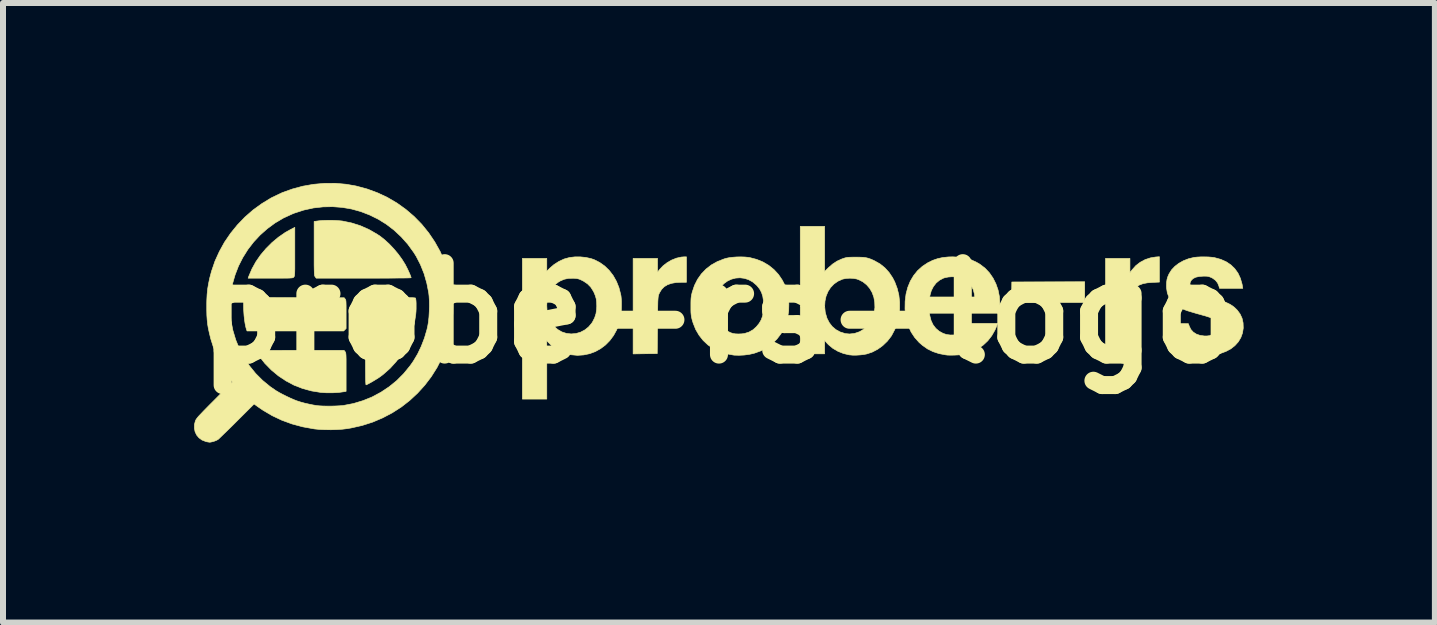
<source format=kicad_pcb>
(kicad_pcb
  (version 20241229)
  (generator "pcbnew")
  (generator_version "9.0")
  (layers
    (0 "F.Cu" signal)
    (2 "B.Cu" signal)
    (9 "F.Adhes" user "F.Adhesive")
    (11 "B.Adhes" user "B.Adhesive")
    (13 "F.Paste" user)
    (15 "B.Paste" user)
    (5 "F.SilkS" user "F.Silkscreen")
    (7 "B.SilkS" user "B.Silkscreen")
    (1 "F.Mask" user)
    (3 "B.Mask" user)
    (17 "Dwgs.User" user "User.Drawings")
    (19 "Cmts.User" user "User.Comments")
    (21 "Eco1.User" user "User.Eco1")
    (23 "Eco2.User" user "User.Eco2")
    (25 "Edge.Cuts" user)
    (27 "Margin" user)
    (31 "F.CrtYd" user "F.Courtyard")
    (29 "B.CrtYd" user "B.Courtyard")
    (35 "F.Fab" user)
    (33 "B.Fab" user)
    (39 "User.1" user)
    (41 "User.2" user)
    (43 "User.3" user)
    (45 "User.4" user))
  (footprint "probe-rs-logo"
    (layer "F.Cu")
    (at 8.934 2.171)
    (property "Reference" "probe-rs-logo" (at 0 0 0) (layer "F.SilkS") (effects (font (size 1.524 1.524) (thickness 0.3))))
    (attr through_hole)
    (fp_poly (pts (xy 6.096 -0.178) (xy 4.876 -0.178) (xy 4.879 -0.349) (xy 4.881 -0.521) (xy 5.489 -0.523) (xy 6.096 -0.525) (xy 6.096 -0.178)) (stroke (width 0.01) (type solid)) (fill yes) (layer "F.SilkS"))
    (fp_poly (pts (xy -7.081 -0.26) (xy -6.247 -0.258) (xy -6.231 -0.238) (xy -6.226 -0.231) (xy -6.222 -0.223) (xy -6.219 -0.21) (xy -6.217 -0.191) (xy -6.216 -0.164) (xy -6.215 -0.128) (xy -6.215 -0.079) (xy -6.215 -0.017) (xy -6.215 0.018) (xy -6.215 0.255) (xy -6.256 0.296) (xy -7.866 0.296) (xy -7.874 0.276) (xy -7.886 0.234) (xy -7.898 0.178) (xy -7.908 0.113) (xy -7.916 0.041) (xy -7.921 -0.033) (xy -7.923 -0.074) (xy -7.924 -0.123) (xy -7.924 -0.168) (xy -7.924 -0.205) (xy -7.923 -0.231) (xy -7.921 -0.241) (xy -7.916 -0.263) (xy -7.081 -0.26)) (stroke (width 0.01) (type solid)) (fill yes) (layer "F.SilkS"))
    (fp_poly (pts (xy 7.341 -0.519) (xy 7.228 -0.514) (xy 7.141 -0.507) (xy 7.068 -0.493) (xy 7.008 -0.471) (xy 6.96 -0.441) (xy 6.921 -0.401) (xy 6.891 -0.351) (xy 6.873 -0.306) (xy 6.869 -0.293) (xy 6.865 -0.281) (xy 6.863 -0.267) (xy 6.86 -0.25) (xy 6.858 -0.229) (xy 6.857 -0.202) (xy 6.855 -0.168) (xy 6.854 -0.125) (xy 6.854 -0.072) (xy 6.853 -0.007) (xy 6.852 0.071) (xy 6.852 0.164) (xy 6.851 0.214) (xy 6.849 0.677) (xy 6.443 0.677) (xy 6.443 -0.914) (xy 6.85 -0.914) (xy 6.85 -0.676) (xy 6.888 -0.726) (xy 6.949 -0.794) (xy 7.022 -0.85) (xy 7.104 -0.894) (xy 7.193 -0.923) (xy 7.278 -0.937) (xy 7.341 -0.942) (xy 7.341 -0.519)) (stroke (width 0.01) (type solid)) (fill yes) (layer "F.SilkS"))
    (fp_poly (pts (xy -0.542 -0.516) (xy -0.623 -0.516) (xy -0.715 -0.512) (xy -0.793 -0.498) (xy -0.859 -0.475) (xy -0.914 -0.441) (xy -0.957 -0.397) (xy -0.991 -0.341) (xy -1.005 -0.309) (xy -1.008 -0.299) (xy -1.011 -0.287) (xy -1.013 -0.272) (xy -1.015 -0.252) (xy -1.017 -0.227) (xy -1.019 -0.194) (xy -1.02 -0.153) (xy -1.021 -0.101) (xy -1.022 -0.038) (xy -1.023 0.039) (xy -1.024 0.129) (xy -1.024 0.203) (xy -1.029 0.673) (xy -1.23 0.675) (xy -1.431 0.678) (xy -1.431 -0.914) (xy -1.024 -0.914) (xy -1.024 -0.684) (xy -0.992 -0.726) (xy -0.933 -0.789) (xy -0.864 -0.843) (xy -0.789 -0.886) (xy -0.709 -0.918) (xy -0.629 -0.936) (xy -0.578 -0.94) (xy -0.542 -0.94) (xy -0.542 -0.516)) (stroke (width 0.01) (type solid)) (fill yes) (layer "F.SilkS"))
    (fp_poly (pts (xy -7.07 -1.026) (xy -7.07 -0.933) (xy -7.07 -0.855) (xy -7.07 -0.791) (xy -7.07 -0.74) (xy -7.071 -0.7) (xy -7.072 -0.669) (xy -7.074 -0.646) (xy -7.075 -0.63) (xy -7.078 -0.619) (xy -7.081 -0.611) (xy -7.084 -0.606) (xy -7.087 -0.603) (xy -7.091 -0.598) (xy -7.096 -0.595) (xy -7.104 -0.592) (xy -7.115 -0.589) (xy -7.132 -0.588) (xy -7.156 -0.586) (xy -7.188 -0.585) (xy -7.23 -0.585) (xy -7.284 -0.584) (xy -7.351 -0.584) (xy -7.432 -0.584) (xy -7.476 -0.584) (xy -7.848 -0.584) (xy -7.836 -0.618) (xy -7.785 -0.738) (xy -7.72 -0.856) (xy -7.641 -0.97) (xy -7.55 -1.078) (xy -7.45 -1.178) (xy -7.342 -1.268) (xy -7.228 -1.347) (xy -7.136 -1.398) (xy -7.07 -1.431) (xy -7.07 -1.026)) (stroke (width 0.01) (type solid)) (fill yes) (layer "F.SilkS"))
    (fp_poly (pts (xy -6.232 0.64) (xy -6.228 0.647) (xy -6.224 0.654) (xy -6.221 0.664) (xy -6.219 0.678) (xy -6.217 0.699) (xy -6.216 0.727) (xy -6.215 0.765) (xy -6.215 0.815) (xy -6.215 0.877) (xy -6.215 0.954) (xy -6.215 0.982) (xy -6.215 1.302) (xy -6.242 1.307) (xy -6.335 1.32) (xy -6.437 1.326) (xy -6.542 1.326) (xy -6.637 1.32) (xy -6.791 1.295) (xy -6.939 1.255) (xy -7.081 1.2) (xy -7.215 1.129) (xy -7.342 1.045) (xy -7.46 0.947) (xy -7.569 0.836) (xy -7.666 0.713) (xy -7.678 0.695) (xy -7.698 0.666) (xy -7.712 0.643) (xy -7.721 0.628) (xy -7.722 0.625) (xy -7.713 0.624) (xy -7.689 0.623) (xy -7.651 0.622) (xy -7.599 0.621) (xy -7.535 0.62) (xy -7.461 0.62) (xy -7.376 0.619) (xy -7.283 0.619) (xy -7.184 0.618) (xy -7.078 0.618) (xy -6.986 0.618) (xy -6.25 0.618) (xy -6.232 0.64)) (stroke (width 0.01) (type solid)) (fill yes) (layer "F.SilkS"))
    (fp_poly (pts (xy -6.386 -1.546) (xy -6.318 -1.541) (xy -6.278 -1.537) (xy -6.124 -1.505) (xy -5.976 -1.458) (xy -5.834 -1.395) (xy -5.697 -1.316) (xy -5.643 -1.28) (xy -5.569 -1.221) (xy -5.492 -1.15) (xy -5.417 -1.07) (xy -5.346 -0.985) (xy -5.283 -0.898) (xy -5.23 -0.813) (xy -5.226 -0.806) (xy -5.21 -0.774) (xy -5.191 -0.737) (xy -5.173 -0.698) (xy -5.156 -0.66) (xy -5.143 -0.628) (xy -5.134 -0.603) (xy -5.131 -0.592) (xy -5.139 -0.591) (xy -5.163 -0.589) (xy -5.203 -0.588) (xy -5.256 -0.587) (xy -5.323 -0.587) (xy -5.402 -0.586) (xy -5.493 -0.585) (xy -5.594 -0.585) (xy -5.704 -0.584) (xy -5.824 -0.584) (xy -5.922 -0.584) (xy -6.713 -0.584) (xy -6.73 -0.607) (xy -6.734 -0.612) (xy -6.737 -0.618) (xy -6.74 -0.626) (xy -6.742 -0.638) (xy -6.744 -0.656) (xy -6.745 -0.679) (xy -6.746 -0.711) (xy -6.747 -0.752) (xy -6.748 -0.803) (xy -6.748 -0.867) (xy -6.748 -0.944) (xy -6.748 -1.036) (xy -6.748 -1.08) (xy -6.748 -1.53) (xy -6.673 -1.54) (xy -6.611 -1.546) (xy -6.539 -1.548) (xy -6.462 -1.549) (xy -6.386 -1.546)) (stroke (width 0.01) (type solid)) (fill yes) (layer "F.SilkS"))
    (fp_poly (pts (xy -5.351 -0.262) (xy -5.269 -0.262) (xy -5.202 -0.261) (xy -5.149 -0.26) (xy -5.109 -0.259) (xy -5.081 -0.257) (xy -5.064 -0.255) (xy -5.058 -0.253) (xy -5.058 -0.253) (xy -5.054 -0.237) (xy -5.05 -0.207) (xy -5.048 -0.168) (xy -5.048 -0.122) (xy -5.048 -0.074) (xy -5.05 -0.026) (xy -5.054 0.018) (xy -5.078 0.175) (xy -5.115 0.323) (xy -5.167 0.463) (xy -5.234 0.596) (xy -5.291 0.687) (xy -5.382 0.808) (xy -5.483 0.919) (xy -5.594 1.017) (xy -5.645 1.056) (xy -5.674 1.076) (xy -5.709 1.098) (xy -5.748 1.122) (xy -5.787 1.145) (xy -5.823 1.165) (xy -5.853 1.181) (xy -5.874 1.191) (xy -5.882 1.194) (xy -5.884 1.191) (xy -5.886 1.181) (xy -5.887 1.164) (xy -5.889 1.138) (xy -5.89 1.103) (xy -5.891 1.058) (xy -5.891 1.001) (xy -5.892 0.933) (xy -5.892 0.851) (xy -5.893 0.755) (xy -5.893 0.644) (xy -5.893 0.518) (xy -5.893 0.492) (xy -5.893 0.384) (xy -5.893 0.281) (xy -5.892 0.184) (xy -5.892 0.094) (xy -5.891 0.013) (xy -5.891 -0.059) (xy -5.89 -0.119) (xy -5.89 -0.167) (xy -5.889 -0.201) (xy -5.888 -0.22) (xy -5.888 -0.224) (xy -5.884 -0.233) (xy -5.878 -0.24) (xy -5.869 -0.246) (xy -5.856 -0.251) (xy -5.837 -0.255) (xy -5.811 -0.257) (xy -5.776 -0.259) (xy -5.73 -0.261) (xy -5.673 -0.262) (xy -5.603 -0.262) (xy -5.519 -0.262) (xy -5.449 -0.262) (xy -5.351 -0.262)) (stroke (width 0.01) (type solid)) (fill yes) (layer "F.SilkS"))
    (fp_poly (pts (xy -2.22 -0.93) (xy -2.134 -0.911) (xy -2.081 -0.893) (xy -1.988 -0.846) (xy -1.904 -0.786) (xy -1.828 -0.712) (xy -1.763 -0.627) (xy -1.709 -0.531) (xy -1.667 -0.426) (xy -1.638 -0.313) (xy -1.633 -0.288) (xy -1.629 -0.248) (xy -1.626 -0.195) (xy -1.626 -0.136) (xy -1.627 -0.075) (xy -1.63 -0.016) (xy -1.634 0.034) (xy -1.638 0.059) (xy -1.665 0.172) (xy -1.705 0.277) (xy -1.757 0.371) (xy -1.82 0.456) (xy -1.892 0.529) (xy -1.973 0.59) (xy -2.061 0.639) (xy -2.155 0.674) (xy -2.255 0.695) (xy -2.359 0.702) (xy -2.466 0.692) (xy -2.523 0.681) (xy -2.599 0.655) (xy -2.676 0.618) (xy -2.75 0.571) (xy -2.814 0.517) (xy -2.838 0.492) (xy -2.87 0.457) (xy -2.87 1.431) (xy -3.277 1.431) (xy -3.277 -0.123) (xy -2.87 -0.123) (xy -2.865 -0.033) (xy -2.848 0.047) (xy -2.82 0.118) (xy -2.778 0.183) (xy -2.748 0.218) (xy -2.687 0.272) (xy -2.618 0.312) (xy -2.543 0.336) (xy -2.463 0.345) (xy -2.383 0.338) (xy -2.307 0.316) (xy -2.237 0.279) (xy -2.174 0.229) (xy -2.122 0.168) (xy -2.106 0.143) (xy -2.072 0.076) (xy -2.05 0.008) (xy -2.039 -0.066) (xy -2.037 -0.118) (xy -2.039 -0.184) (xy -2.046 -0.24) (xy -2.06 -0.29) (xy -2.081 -0.342) (xy -2.093 -0.366) (xy -2.136 -0.434) (xy -2.191 -0.49) (xy -2.258 -0.535) (xy -2.284 -0.548) (xy -2.317 -0.564) (xy -2.345 -0.573) (xy -2.373 -0.579) (xy -2.408 -0.582) (xy -2.431 -0.583) (xy -2.51 -0.581) (xy -2.58 -0.566) (xy -2.644 -0.539) (xy -2.682 -0.516) (xy -2.746 -0.464) (xy -2.796 -0.401) (xy -2.834 -0.327) (xy -2.859 -0.244) (xy -2.87 -0.152) (xy -2.87 -0.123) (xy -3.277 -0.123) (xy -3.277 -0.914) (xy -2.87 -0.914) (xy -2.87 -0.7) (xy -2.819 -0.752) (xy -2.75 -0.811) (xy -2.669 -0.863) (xy -2.583 -0.903) (xy -2.567 -0.908) (xy -2.489 -0.929) (xy -2.402 -0.939) (xy -2.31 -0.939) (xy -2.22 -0.93)) (stroke (width 0.01) (type solid)) (fill yes) (layer "F.SilkS"))
    (fp_poly (pts (xy 4.009 -0.934) (xy 4.112 -0.917) (xy 4.208 -0.889) (xy 4.297 -0.847) (xy 4.354 -0.813) (xy 4.437 -0.749) (xy 4.508 -0.673) (xy 4.568 -0.586) (xy 4.616 -0.49) (xy 4.652 -0.387) (xy 4.674 -0.277) (xy 4.682 -0.162) (xy 4.678 -0.065) (xy 4.672 0) (xy 3.508 0) (xy 3.515 0.044) (xy 3.535 0.122) (xy 3.568 0.192) (xy 3.614 0.252) (xy 3.67 0.3) (xy 3.736 0.336) (xy 3.793 0.355) (xy 3.855 0.363) (xy 3.922 0.362) (xy 3.987 0.353) (xy 4.045 0.335) (xy 4.063 0.327) (xy 4.098 0.303) (xy 4.136 0.27) (xy 4.169 0.233) (xy 4.188 0.206) (xy 4.21 0.169) (xy 4.642 0.169) (xy 4.636 0.193) (xy 4.63 0.211) (xy 4.618 0.24) (xy 4.604 0.272) (xy 4.601 0.279) (xy 4.547 0.374) (xy 4.48 0.46) (xy 4.402 0.533) (xy 4.313 0.595) (xy 4.215 0.643) (xy 4.108 0.677) (xy 4.086 0.682) (xy 4.041 0.69) (xy 3.985 0.695) (xy 3.924 0.698) (xy 3.865 0.699) (xy 3.812 0.698) (xy 3.779 0.694) (xy 3.668 0.673) (xy 3.568 0.64) (xy 3.478 0.596) (xy 3.395 0.538) (xy 3.337 0.488) (xy 3.263 0.405) (xy 3.203 0.314) (xy 3.157 0.215) (xy 3.124 0.107) (xy 3.106 -0.011) (xy 3.101 -0.073) (xy 3.103 -0.2) (xy 3.112 -0.271) (xy 3.512 -0.271) (xy 4.264 -0.271) (xy 4.257 -0.322) (xy 4.24 -0.39) (xy 4.208 -0.451) (xy 4.162 -0.505) (xy 4.105 -0.55) (xy 4.037 -0.584) (xy 3.98 -0.601) (xy 3.934 -0.607) (xy 3.879 -0.608) (xy 3.823 -0.604) (xy 3.772 -0.594) (xy 3.744 -0.586) (xy 3.678 -0.552) (xy 3.62 -0.504) (xy 3.574 -0.445) (xy 3.539 -0.376) (xy 3.518 -0.302) (xy 3.512 -0.271) (xy 3.112 -0.271) (xy 3.118 -0.32) (xy 3.147 -0.431) (xy 3.189 -0.534) (xy 3.244 -0.627) (xy 3.311 -0.71) (xy 3.391 -0.782) (xy 3.482 -0.842) (xy 3.562 -0.881) (xy 3.643 -0.909) (xy 3.728 -0.928) (xy 3.822 -0.938) (xy 3.895 -0.94) (xy 4.009 -0.934)) (stroke (width 0.01) (type solid)) (fill yes) (layer "F.SilkS"))
    (fp_poly (pts (xy 1.761 -0.696) (xy 1.827 -0.761) (xy 1.896 -0.821) (xy 1.968 -0.868) (xy 2.047 -0.904) (xy 2.07 -0.912) (xy 2.097 -0.921) (xy 2.121 -0.927) (xy 2.146 -0.931) (xy 2.175 -0.933) (xy 2.212 -0.934) (xy 2.262 -0.935) (xy 2.278 -0.935) (xy 2.346 -0.934) (xy 2.401 -0.932) (xy 2.448 -0.926) (xy 2.49 -0.916) (xy 2.532 -0.901) (xy 2.578 -0.881) (xy 2.596 -0.872) (xy 2.687 -0.82) (xy 2.766 -0.756) (xy 2.834 -0.681) (xy 2.894 -0.592) (xy 2.93 -0.522) (xy 2.97 -0.416) (xy 2.998 -0.304) (xy 3.011 -0.188) (xy 3.011 -0.07) (xy 2.998 0.046) (xy 2.972 0.159) (xy 2.933 0.266) (xy 2.881 0.365) (xy 2.871 0.382) (xy 2.806 0.466) (xy 2.73 0.539) (xy 2.646 0.6) (xy 2.554 0.648) (xy 2.465 0.678) (xy 2.414 0.688) (xy 2.353 0.695) (xy 2.289 0.699) (xy 2.228 0.699) (xy 2.176 0.694) (xy 2.172 0.694) (xy 2.074 0.671) (xy 1.982 0.634) (xy 1.898 0.585) (xy 1.826 0.525) (xy 1.8 0.498) (xy 1.761 0.453) (xy 1.761 0.677) (xy 1.355 0.677) (xy 1.355 -0.113) (xy 1.762 -0.113) (xy 1.771 -0.02) (xy 1.775 -0.002) (xy 1.8 0.083) (xy 1.838 0.157) (xy 1.887 0.221) (xy 1.948 0.273) (xy 2.019 0.312) (xy 2.098 0.337) (xy 2.104 0.339) (xy 2.176 0.346) (xy 2.251 0.338) (xy 2.268 0.334) (xy 2.344 0.308) (xy 2.412 0.267) (xy 2.473 0.214) (xy 2.523 0.15) (xy 2.561 0.077) (xy 2.586 -0.003) (xy 2.587 -0.004) (xy 2.599 -0.096) (xy 2.596 -0.184) (xy 2.581 -0.268) (xy 2.553 -0.345) (xy 2.513 -0.414) (xy 2.461 -0.474) (xy 2.4 -0.523) (xy 2.329 -0.559) (xy 2.295 -0.571) (xy 2.241 -0.581) (xy 2.18 -0.584) (xy 2.118 -0.58) (xy 2.064 -0.569) (xy 2.056 -0.567) (xy 1.981 -0.533) (xy 1.915 -0.486) (xy 1.86 -0.428) (xy 1.817 -0.361) (xy 1.785 -0.284) (xy 1.767 -0.201) (xy 1.762 -0.113) (xy 1.355 -0.113) (xy 1.355 -1.448) (xy 1.761 -1.448) (xy 1.761 -0.696)) (stroke (width 0.01) (type solid)) (fill yes) (layer "F.SilkS"))
    (fp_poly (pts (xy 0.432 -0.937) (xy 0.49 -0.931) (xy 0.511 -0.928) (xy 0.626 -0.898) (xy 0.732 -0.855) (xy 0.829 -0.798) (xy 0.916 -0.728) (xy 0.991 -0.647) (xy 1.054 -0.554) (xy 1.088 -0.488) (xy 1.128 -0.383) (xy 1.153 -0.271) (xy 1.165 -0.156) (xy 1.162 -0.04) (xy 1.144 0.074) (xy 1.113 0.184) (xy 1.089 0.242) (xy 1.034 0.341) (xy 0.966 0.43) (xy 0.886 0.509) (xy 0.795 0.575) (xy 0.696 0.628) (xy 0.59 0.666) (xy 0.583 0.668) (xy 0.504 0.686) (xy 0.419 0.697) (xy 0.334 0.701) (xy 0.257 0.699) (xy 0.241 0.697) (xy 0.121 0.675) (xy 0.01 0.64) (xy -0.092 0.591) (xy -0.183 0.529) (xy -0.263 0.454) (xy -0.331 0.368) (xy -0.388 0.271) (xy -0.431 0.163) (xy -0.446 0.114) (xy -0.454 0.081) (xy -0.46 0.052) (xy -0.464 0.023) (xy -0.467 -0.01) (xy -0.468 -0.051) (xy -0.468 -0.103) (xy -0.468 -0.119) (xy -0.468 -0.13) (xy -0.061 -0.13) (xy -0.056 -0.049) (xy -0.044 0.029) (xy -0.026 0.1) (xy -0.004 0.153) (xy 0.031 0.205) (xy 0.078 0.254) (xy 0.134 0.295) (xy 0.195 0.325) (xy 0.235 0.338) (xy 0.275 0.344) (xy 0.325 0.346) (xy 0.375 0.344) (xy 0.42 0.339) (xy 0.425 0.338) (xy 0.501 0.314) (xy 0.569 0.275) (xy 0.623 0.226) (xy 0.669 0.17) (xy 0.703 0.112) (xy 0.726 0.049) (xy 0.74 -0.024) (xy 0.745 -0.108) (xy 0.745 -0.123) (xy 0.741 -0.209) (xy 0.73 -0.283) (xy 0.709 -0.347) (xy 0.678 -0.404) (xy 0.636 -0.457) (xy 0.621 -0.472) (xy 0.559 -0.524) (xy 0.492 -0.56) (xy 0.422 -0.582) (xy 0.35 -0.591) (xy 0.278 -0.586) (xy 0.209 -0.568) (xy 0.144 -0.538) (xy 0.085 -0.496) (xy 0.034 -0.444) (xy -0.008 -0.38) (xy -0.039 -0.307) (xy -0.046 -0.279) (xy -0.058 -0.208) (xy -0.061 -0.13) (xy -0.468 -0.13) (xy -0.468 -0.175) (xy -0.467 -0.218) (xy -0.465 -0.252) (xy -0.461 -0.282) (xy -0.456 -0.31) (xy -0.448 -0.342) (xy -0.446 -0.351) (xy -0.408 -0.464) (xy -0.357 -0.565) (xy -0.293 -0.656) (xy -0.216 -0.736) (xy -0.127 -0.805) (xy -0.027 -0.861) (xy 0.085 -0.905) (xy 0.123 -0.916) (xy 0.171 -0.926) (xy 0.23 -0.933) (xy 0.297 -0.938) (xy 0.366 -0.939) (xy 0.432 -0.937)) (stroke (width 0.01) (type solid)) (fill yes) (layer "F.SilkS"))
    (fp_poly (pts (xy 8.157 -0.938) (xy 8.214 -0.933) (xy 8.26 -0.927) (xy 8.262 -0.926) (xy 8.364 -0.898) (xy 8.454 -0.858) (xy 8.532 -0.806) (xy 8.597 -0.743) (xy 8.651 -0.668) (xy 8.691 -0.582) (xy 8.719 -0.485) (xy 8.725 -0.451) (xy 8.731 -0.415) (xy 8.343 -0.415) (xy 8.332 -0.456) (xy 8.311 -0.505) (xy 8.276 -0.549) (xy 8.228 -0.584) (xy 8.209 -0.594) (xy 8.182 -0.605) (xy 8.159 -0.613) (xy 8.133 -0.617) (xy 8.099 -0.618) (xy 8.075 -0.618) (xy 8.004 -0.613) (xy 7.946 -0.6) (xy 7.901 -0.577) (xy 7.87 -0.546) (xy 7.852 -0.507) (xy 7.85 -0.46) (xy 7.852 -0.445) (xy 7.86 -0.419) (xy 7.874 -0.396) (xy 7.895 -0.375) (xy 7.925 -0.355) (xy 7.965 -0.335) (xy 8.017 -0.315) (xy 8.083 -0.294) (xy 8.163 -0.27) (xy 8.191 -0.263) (xy 8.281 -0.237) (xy 8.358 -0.214) (xy 8.421 -0.192) (xy 8.474 -0.17) (xy 8.519 -0.148) (xy 8.558 -0.123) (xy 8.592 -0.097) (xy 8.624 -0.066) (xy 8.638 -0.052) (xy 8.686 0.013) (xy 8.719 0.084) (xy 8.736 0.161) (xy 8.739 0.248) (xy 8.726 0.33) (xy 8.698 0.407) (xy 8.656 0.477) (xy 8.6 0.539) (xy 8.532 0.593) (xy 8.451 0.636) (xy 8.36 0.67) (xy 8.331 0.677) (xy 8.278 0.687) (xy 8.214 0.694) (xy 8.146 0.698) (xy 8.078 0.699) (xy 8.017 0.697) (xy 7.989 0.694) (xy 7.918 0.681) (xy 7.854 0.664) (xy 7.79 0.64) (xy 7.742 0.618) (xy 7.654 0.567) (xy 7.579 0.505) (xy 7.517 0.434) (xy 7.469 0.353) (xy 7.435 0.265) (xy 7.421 0.201) (xy 7.416 0.169) (xy 7.824 0.174) (xy 7.84 0.218) (xy 7.866 0.271) (xy 7.906 0.315) (xy 7.957 0.348) (xy 8.018 0.369) (xy 8.089 0.379) (xy 8.136 0.379) (xy 8.206 0.37) (xy 8.263 0.352) (xy 8.307 0.323) (xy 8.337 0.284) (xy 8.349 0.254) (xy 8.354 0.211) (xy 8.344 0.171) (xy 8.32 0.137) (xy 8.315 0.133) (xy 8.284 0.113) (xy 8.239 0.092) (xy 8.182 0.069) (xy 8.114 0.047) (xy 8.049 0.029) (xy 7.956 0.003) (xy 7.878 -0.02) (xy 7.812 -0.04) (xy 7.757 -0.06) (xy 7.711 -0.08) (xy 7.672 -0.1) (xy 7.637 -0.121) (xy 7.606 -0.144) (xy 7.596 -0.152) (xy 7.54 -0.207) (xy 7.499 -0.269) (xy 7.473 -0.339) (xy 7.461 -0.417) (xy 7.459 -0.456) (xy 7.461 -0.515) (xy 7.468 -0.564) (xy 7.481 -0.608) (xy 7.502 -0.656) (xy 7.504 -0.659) (xy 7.544 -0.723) (xy 7.599 -0.781) (xy 7.665 -0.832) (xy 7.742 -0.875) (xy 7.827 -0.908) (xy 7.918 -0.93) (xy 7.925 -0.931) (xy 7.973 -0.936) (xy 8.031 -0.939) (xy 8.094 -0.939) (xy 8.157 -0.938)) (stroke (width 0.01) (type solid)) (fill yes) (layer "F.SilkS"))
    (fp_poly (pts (xy -6.215 -2.15) (xy -6.046 -2.12) (xy -5.865 -2.071) (xy -5.691 -2.007) (xy -5.525 -1.929) (xy -5.368 -1.837) (xy -5.22 -1.731) (xy -5.082 -1.613) (xy -4.955 -1.483) (xy -4.839 -1.34) (xy -4.736 -1.187) (xy -4.645 -1.024) (xy -4.644 -1.02) (xy -4.572 -0.859) (xy -4.516 -0.698) (xy -4.475 -0.535) (xy -4.448 -0.367) (xy -4.435 -0.192) (xy -4.434 -0.114) (xy -4.436 0.004) (xy -4.444 0.112) (xy -4.457 0.215) (xy -4.476 0.319) (xy -4.495 0.398) (xy -4.549 0.575) (xy -4.618 0.745) (xy -4.7 0.906) (xy -4.796 1.058) (xy -4.904 1.2) (xy -5.024 1.332) (xy -5.154 1.453) (xy -5.295 1.563) (xy -5.446 1.66) (xy -5.606 1.744) (xy -5.773 1.815) (xy -5.948 1.871) (xy -6.13 1.912) (xy -6.193 1.923) (xy -6.275 1.933) (xy -6.368 1.939) (xy -6.466 1.942) (xy -6.564 1.941) (xy -6.656 1.937) (xy -6.739 1.929) (xy -6.752 1.927) (xy -6.94 1.893) (xy -7.118 1.845) (xy -7.287 1.783) (xy -7.448 1.707) (xy -7.602 1.616) (xy -7.678 1.564) (xy -7.749 1.513) (xy -8.038 1.801) (xy -8.096 1.859) (xy -8.152 1.914) (xy -8.204 1.965) (xy -8.25 2.009) (xy -8.289 2.047) (xy -8.32 2.077) (xy -8.341 2.097) (xy -8.352 2.106) (xy -8.379 2.12) (xy -8.415 2.134) (xy -8.452 2.144) (xy -8.483 2.15) (xy -8.491 2.15) (xy -8.512 2.147) (xy -8.541 2.142) (xy -8.558 2.137) (xy -8.618 2.113) (xy -8.667 2.077) (xy -8.706 2.031) (xy -8.732 1.977) (xy -8.744 1.917) (xy -8.743 1.854) (xy -8.728 1.797) (xy -8.723 1.786) (xy -8.717 1.773) (xy -8.708 1.76) (xy -8.696 1.744) (xy -8.68 1.724) (xy -8.658 1.7) (xy -8.629 1.67) (xy -8.593 1.632) (xy -8.548 1.586) (xy -8.494 1.531) (xy -8.428 1.465) (xy -8.411 1.448) (xy -8.112 1.147) (xy -8.15 1.096) (xy -8.229 0.981) (xy -8.302 0.853) (xy -8.368 0.715) (xy -8.425 0.572) (xy -8.471 0.427) (xy -8.479 0.394) (xy -8.498 0.315) (xy -8.513 0.245) (xy -8.524 0.178) (xy -8.531 0.109) (xy -8.536 0.036) (xy -8.538 -0.047) (xy -8.538 -0.106) (xy -8.538 -0.168) (xy -8.151 -0.168) (xy -8.15 -0.046) (xy -8.134 0.123) (xy -8.102 0.287) (xy -8.054 0.446) (xy -7.992 0.597) (xy -7.916 0.741) (xy -7.826 0.877) (xy -7.723 1.004) (xy -7.607 1.12) (xy -7.479 1.225) (xy -7.383 1.291) (xy -7.336 1.319) (xy -7.278 1.35) (xy -7.214 1.382) (xy -7.149 1.413) (xy -7.087 1.44) (xy -7.034 1.461) (xy -7.027 1.463) (xy -6.971 1.481) (xy -6.905 1.499) (xy -6.834 1.515) (xy -6.766 1.529) (xy -6.707 1.539) (xy -6.701 1.54) (xy -6.654 1.544) (xy -6.595 1.547) (xy -6.527 1.548) (xy -6.457 1.548) (xy -6.388 1.546) (xy -6.326 1.543) (xy -6.273 1.539) (xy -6.258 1.537) (xy -6.092 1.505) (xy -5.933 1.457) (xy -5.78 1.395) (xy -5.635 1.317) (xy -5.498 1.226) (xy -5.37 1.122) (xy -5.253 1.004) (xy -5.147 0.874) (xy -5.095 0.8) (xy -5.024 0.681) (xy -4.962 0.551) (xy -4.909 0.414) (xy -4.868 0.274) (xy -4.855 0.218) (xy -4.843 0.148) (xy -4.834 0.066) (xy -4.829 -0.024) (xy -4.826 -0.115) (xy -4.827 -0.204) (xy -4.832 -0.285) (xy -4.838 -0.339) (xy -4.87 -0.502) (xy -4.915 -0.659) (xy -4.975 -0.809) (xy -5.047 -0.949) (xy -5.089 -1.016) (xy -5.188 -1.152) (xy -5.298 -1.275) (xy -5.417 -1.386) (xy -5.545 -1.484) (xy -5.681 -1.568) (xy -5.823 -1.638) (xy -5.971 -1.695) (xy -6.123 -1.737) (xy -6.279 -1.764) (xy -6.438 -1.776) (xy -6.598 -1.773) (xy -6.759 -1.755) (xy -6.919 -1.72) (xy -7.077 -1.669) (xy -7.112 -1.655) (xy -7.26 -1.587) (xy -7.399 -1.505) (xy -7.528 -1.41) (xy -7.648 -1.304) (xy -7.756 -1.188) (xy -7.853 -1.062) (xy -7.937 -0.928) (xy -8.009 -0.786) (xy -8.066 -0.638) (xy -8.11 -0.485) (xy -8.138 -0.328) (xy -8.151 -0.168) (xy -8.538 -0.168) (xy -8.537 -0.215) (xy -8.532 -0.313) (xy -8.523 -0.404) (xy -8.508 -0.492) (xy -8.489 -0.584) (xy -8.463 -0.682) (xy -8.458 -0.7) (xy -8.401 -0.867) (xy -8.328 -1.028) (xy -8.242 -1.184) (xy -8.141 -1.332) (xy -8.028 -1.471) (xy -7.903 -1.601) (xy -7.767 -1.72) (xy -7.621 -1.826) (xy -7.467 -1.92) (xy -7.442 -1.933) (xy -7.28 -2.01) (xy -7.11 -2.071) (xy -6.935 -2.118) (xy -6.757 -2.149) (xy -6.576 -2.165) (xy -6.395 -2.166) (xy -6.215 -2.15)) (stroke (width 0.01) (type solid)) (fill yes) (layer "F.SilkS")))
  (gr_rect
    (start -3 -3)
    (end 20.867 7.326)
    (stroke (width 0.1) (type default))
    (fill no)
    (layer "Edge.Cuts")))
</source>
